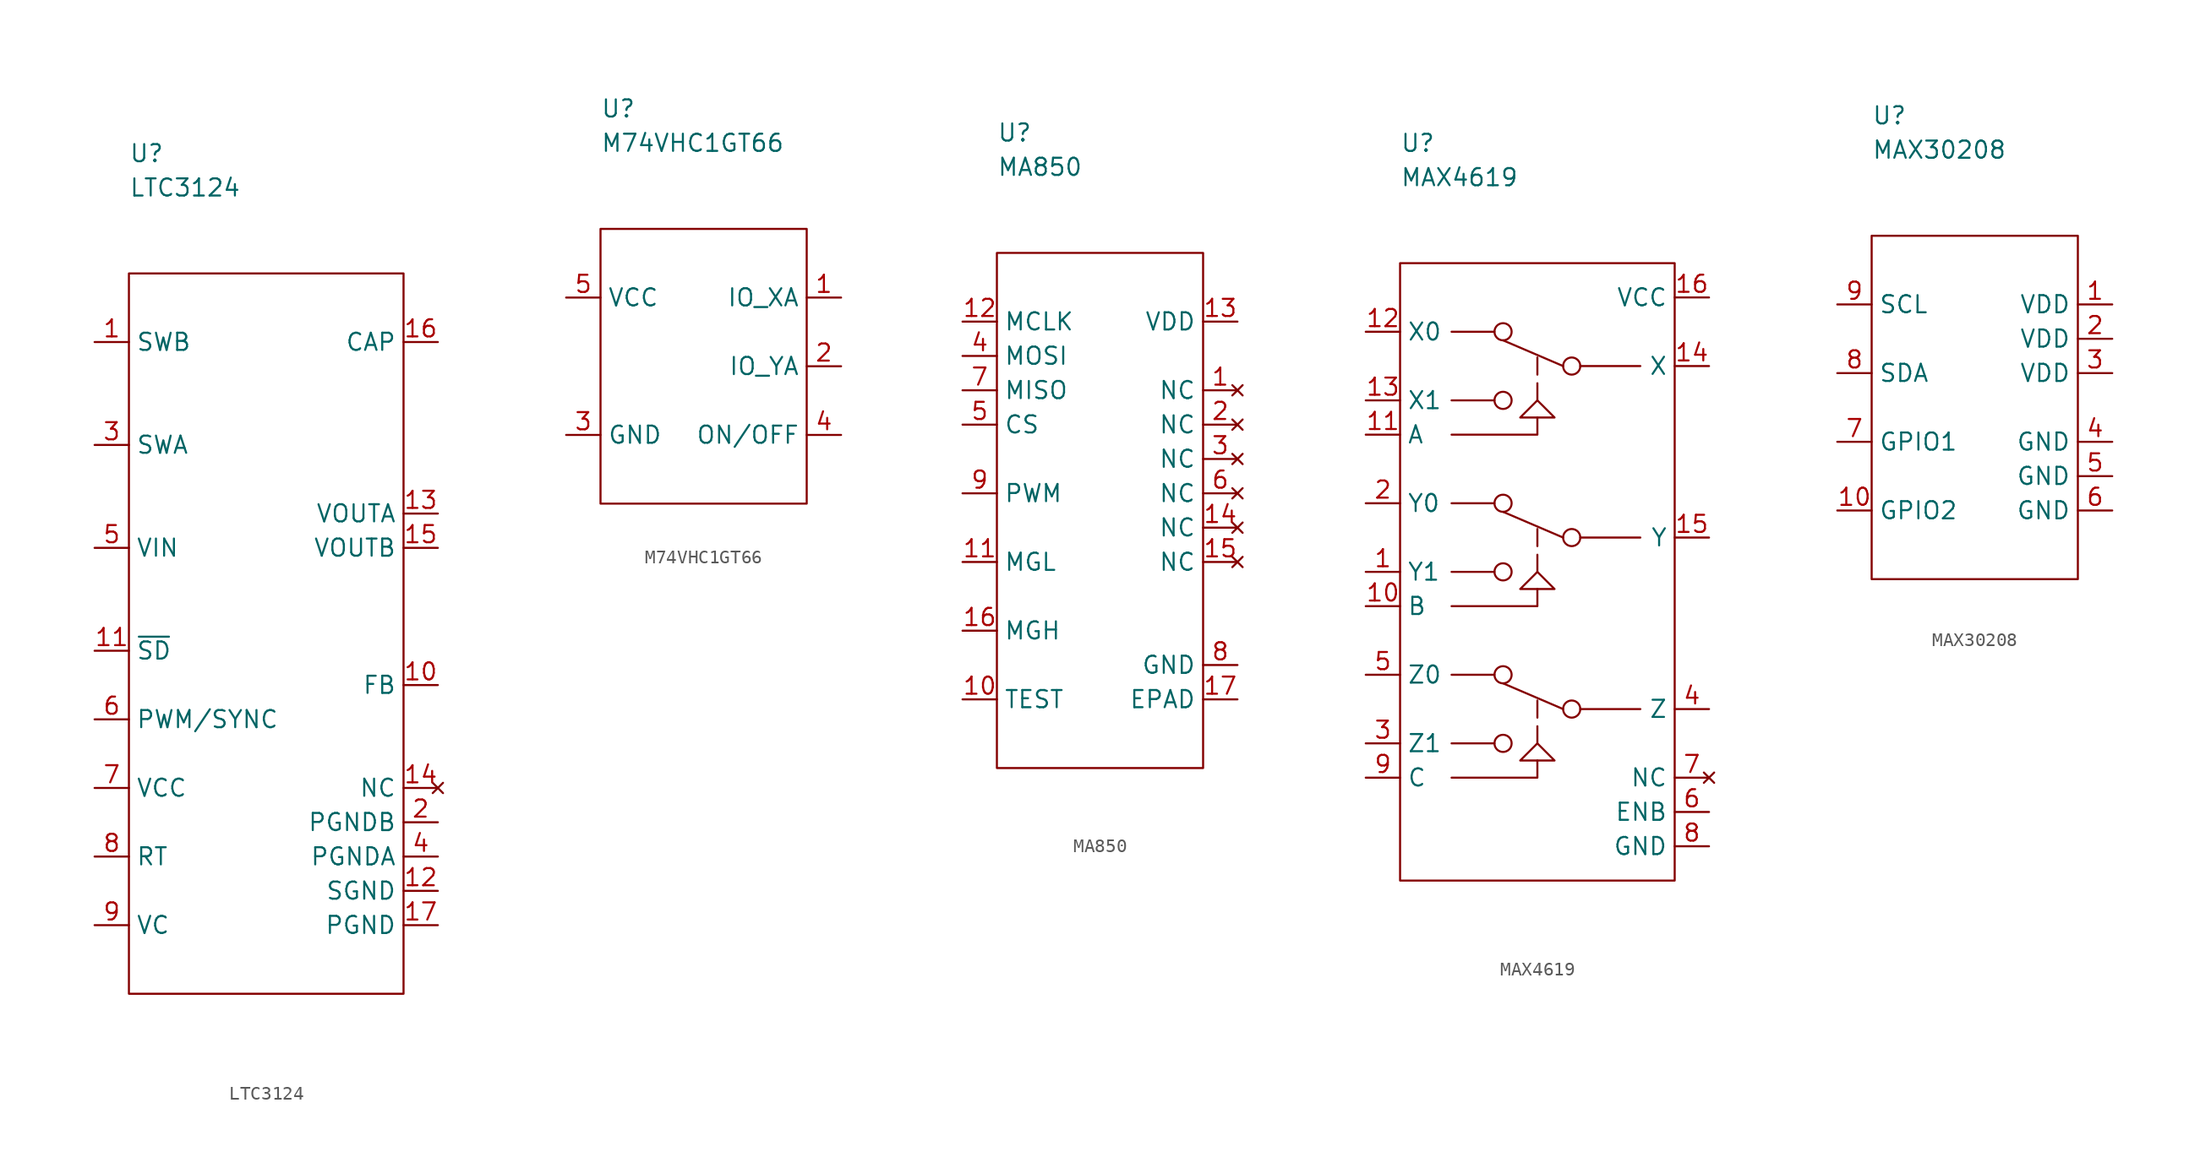
<source format=kicad_sym>
(kicad_symbol_lib
  (version 20211014)
  (generator kicad_symbol_editor)
  (symbol "LTC3124"
    (property "Reference" "U"
      (at 0 8.89 0)
      (effects (font (size 1.27 1.27)) (justify left)))
    (property "Value" "LTC3124"
      (at 0 6.35 0)
      (effects (font (size 1.27 1.27)) (justify left)))
    (symbol "LTC3124_0_1"
      (rectangle (start 0 0) (end 20.32 -53.34) (stroke (width 0.152) (type default) (color 0 0 0 0)) (fill (type none))))
    (symbol "LTC3124_1_1"
      (pin passive line (at -2.54 -5.08 0) (length 2.54) (name "SWB" (effects (font (size 1.27 1.27)))) (number "1" (effects (font (size 1.27 1.27)))))
      (pin passive line (at 22.86 -30.48 180) (length 2.54) (name "FB" (effects (font (size 1.27 1.27)))) (number "10" (effects (font (size 1.27 1.27)))))
      (pin passive line (at -2.54 -27.94 0) (length 2.54) (name "~{SD}" (effects (font (size 1.27 1.27)))) (number "11" (effects (font (size 1.27 1.27)))))
      (pin passive line (at 22.86 -45.72 180) (length 2.54) (name "SGND" (effects (font (size 1.27 1.27)))) (number "12" (effects (font (size 1.27 1.27)))))
      (pin passive line (at 22.86 -17.78 180) (length 2.54) (name "VOUTA" (effects (font (size 1.27 1.27)))) (number "13" (effects (font (size 1.27 1.27)))))
      (pin no_connect line (at 22.86 -38.1 180) (length 2.54) (name "NC" (effects (font (size 1.27 1.27)))) (number "14" (effects (font (size 1.27 1.27)))))
      (pin passive line (at 22.86 -20.32 180) (length 2.54) (name "VOUTB" (effects (font (size 1.27 1.27)))) (number "15" (effects (font (size 1.27 1.27)))))
      (pin passive line (at 22.86 -5.08 180) (length 2.54) (name "CAP" (effects (font (size 1.27 1.27)))) (number "16" (effects (font (size 1.27 1.27)))))
      (pin passive line (at 22.86 -48.26 180) (length 2.54) (name "PGND" (effects (font (size 1.27 1.27)))) (number "17" (effects (font (size 1.27 1.27)))))
      (pin passive line (at 22.86 -40.64 180) (length 2.54) (name "PGNDB" (effects (font (size 1.27 1.27)))) (number "2" (effects (font (size 1.27 1.27)))))
      (pin passive line (at -2.54 -12.7 0) (length 2.54) (name "SWA" (effects (font (size 1.27 1.27)))) (number "3" (effects (font (size 1.27 1.27)))))
      (pin passive line (at 22.86 -43.18 180) (length 2.54) (name "PGNDA" (effects (font (size 1.27 1.27)))) (number "4" (effects (font (size 1.27 1.27)))))
      (pin passive line (at -2.54 -20.32 0) (length 2.54) (name "VIN" (effects (font (size 1.27 1.27)))) (number "5" (effects (font (size 1.27 1.27)))))
      (pin passive line (at -2.54 -33.02 0) (length 2.54) (name "PWM/SYNC" (effects (font (size 1.27 1.27)))) (number "6" (effects (font (size 1.27 1.27)))))
      (pin passive line (at -2.54 -38.1 0) (length 2.54) (name "VCC" (effects (font (size 1.27 1.27)))) (number "7" (effects (font (size 1.27 1.27)))))
      (pin passive line (at -2.54 -43.18 0) (length 2.54) (name "RT" (effects (font (size 1.27 1.27)))) (number "8" (effects (font (size 1.27 1.27)))))
      (pin passive line (at -2.54 -48.26 0) (length 2.54) (name "VC" (effects (font (size 1.27 1.27)))) (number "9" (effects (font (size 1.27 1.27)))))))
  (symbol "M74VHC1GT66"
    (property "Reference" "U"
      (at 0 8.89 0)
      (effects (font (size 1.27 1.27)) (justify left)))
    (property "Value" "M74VHC1GT66"
      (at 0 6.35 0)
      (effects (font (size 1.27 1.27)) (justify left)))
    (symbol "M74VHC1GT66_0_1"
      (rectangle (start 0 0) (end 15.24 -20.32) (stroke (width 0) (type default) (color 0 0 0 0)) (fill (type none))))
    (symbol "M74VHC1GT66_1_1"
      (pin passive line (at 17.78 -5.08 180) (length 2.54) (name "IO_XA" (effects (font (size 1.27 1.27)))) (number "1" (effects (font (size 1.27 1.27)))))
      (pin passive line (at 17.78 -10.16 180) (length 2.54) (name "IO_YA" (effects (font (size 1.27 1.27)))) (number "2" (effects (font (size 1.27 1.27)))))
      (pin passive line (at -2.54 -15.24 0) (length 2.54) (name "GND" (effects (font (size 1.27 1.27)))) (number "3" (effects (font (size 1.27 1.27)))))
      (pin passive line (at 17.78 -15.24 180) (length 2.54) (name "ON/OFF" (effects (font (size 1.27 1.27)))) (number "4" (effects (font (size 1.27 1.27)))))
      (pin passive line (at -2.54 -5.08 0) (length 2.54) (name "VCC" (effects (font (size 1.27 1.27)))) (number "5" (effects (font (size 1.27 1.27)))))))
  (symbol "MA850"
    (property "Reference" "U"
      (at 0 8.89 0)
      (effects (font (size 1.27 1.27)) (justify left)))
    (property "Value" "MA850"
      (at 0 6.35 0)
      (effects (font (size 1.27 1.27)) (justify left)))
    (symbol "MA850_0_1"
      (rectangle (start 0 0) (end 15.24 -38.1) (stroke (width 0) (type default) (color 0 0 0 0)) (fill (type none))))
    (symbol "MA850_1_1"
      (pin no_connect line (at 17.78 -10.16 180) (length 2.54) (name "NC" (effects (font (size 1.27 1.27)))) (number "1" (effects (font (size 1.27 1.27)))))
      (pin passive line (at -2.54 -33.02 0) (length 2.54) (name "TEST" (effects (font (size 1.27 1.27)))) (number "10" (effects (font (size 1.27 1.27)))))
      (pin passive line (at -2.54 -22.86 0) (length 2.54) (name "MGL" (effects (font (size 1.27 1.27)))) (number "11" (effects (font (size 1.27 1.27)))))
      (pin passive line (at -2.54 -5.08 0) (length 2.54) (name "MCLK" (effects (font (size 1.27 1.27)))) (number "12" (effects (font (size 1.27 1.27)))))
      (pin passive line (at 17.78 -5.08 180) (length 2.54) (name "VDD" (effects (font (size 1.27 1.27)))) (number "13" (effects (font (size 1.27 1.27)))))
      (pin no_connect line (at 17.78 -20.32 180) (length 2.54) (name "NC" (effects (font (size 1.27 1.27)))) (number "14" (effects (font (size 1.27 1.27)))))
      (pin no_connect line (at 17.78 -22.86 180) (length 2.54) (name "NC" (effects (font (size 1.27 1.27)))) (number "15" (effects (font (size 1.27 1.27)))))
      (pin passive line (at -2.54 -27.94 0) (length 2.54) (name "MGH" (effects (font (size 1.27 1.27)))) (number "16" (effects (font (size 1.27 1.27)))))
      (pin passive line (at 17.78 -33.02 180) (length 2.54) (name "EPAD" (effects (font (size 1.27 1.27)))) (number "17" (effects (font (size 1.27 1.27)))))
      (pin no_connect line (at 17.78 -12.7 180) (length 2.54) (name "NC" (effects (font (size 1.27 1.27)))) (number "2" (effects (font (size 1.27 1.27)))))
      (pin no_connect line (at 17.78 -15.24 180) (length 2.54) (name "NC" (effects (font (size 1.27 1.27)))) (number "3" (effects (font (size 1.27 1.27)))))
      (pin passive line (at -2.54 -7.62 0) (length 2.54) (name "MOSI" (effects (font (size 1.27 1.27)))) (number "4" (effects (font (size 1.27 1.27)))))
      (pin passive line (at -2.54 -12.7 0) (length 2.54) (name "CS" (effects (font (size 1.27 1.27)))) (number "5" (effects (font (size 1.27 1.27)))))
      (pin no_connect line (at 17.78 -17.78 180) (length 2.54) (name "NC" (effects (font (size 1.27 1.27)))) (number "6" (effects (font (size 1.27 1.27)))))
      (pin passive line (at -2.54 -10.16 0) (length 2.54) (name "MISO" (effects (font (size 1.27 1.27)))) (number "7" (effects (font (size 1.27 1.27)))))
      (pin passive line (at 17.78 -30.48 180) (length 2.54) (name "GND" (effects (font (size 1.27 1.27)))) (number "8" (effects (font (size 1.27 1.27)))))
      (pin passive line (at -2.54 -17.78 0) (length 2.54) (name "PWM" (effects (font (size 1.27 1.27)))) (number "9" (effects (font (size 1.27 1.27)))))))
  (symbol "MAX4619"
    (property "Reference" "U"
      (at 0 8.89 0)
      (effects (font (size 1.27 1.27)) (justify left)))
    (property "Value" "MAX4619"
      (at 0 6.35 0)
      (effects (font (size 1.27 1.27)) (justify left)))
    (symbol "MAX4619_0_1"
      (polyline (pts (xy 3.81 -35.56) (xy 6.985 -35.56)) (stroke (width 0.152) (type default) (color 0 0 0 0)) (fill (type none)))
      (polyline (pts (xy 3.81 -30.48) (xy 6.985 -30.48)) (stroke (width 0.152) (type default) (color 0 0 0 0)) (fill (type none)))
      (polyline (pts (xy 3.81 -22.86) (xy 6.985 -22.86)) (stroke (width 0.152) (type default) (color 0 0 0 0)) (fill (type none)))
      (polyline (pts (xy 3.81 -17.78) (xy 6.985 -17.78)) (stroke (width 0.152) (type default) (color 0 0 0 0)) (fill (type none)))
      (polyline (pts (xy 3.81 -10.16) (xy 6.985 -10.16)) (stroke (width 0.152) (type default) (color 0 0 0 0)) (fill (type none)))
      (polyline (pts (xy 3.81 -5.08) (xy 6.985 -5.08)) (stroke (width 0.152) (type default) (color 0 0 0 0)) (fill (type none)))
      (polyline (pts (xy 7.62 -31.115) (xy 12.065 -33.02)) (stroke (width 0.152) (type default) (color 0 0 0 0)) (fill (type none)))
      (polyline (pts (xy 7.62 -18.415) (xy 12.065 -20.32)) (stroke (width 0.152) (type default) (color 0 0 0 0)) (fill (type none)))
      (polyline (pts (xy 7.62 -5.715) (xy 12.065 -7.62)) (stroke (width 0.152) (type default) (color 0 0 0 0)) (fill (type none)))
      (polyline (pts (xy 10.16 -34.29) (xy 10.16 -35.56)) (stroke (width 0.152) (type default) (color 0 0 0 0)) (fill (type none)))
      (polyline (pts (xy 10.16 -32.385) (xy 10.16 -33.655)) (stroke (width 0.152) (type default) (color 0 0 0 0)) (fill (type none)))
      (polyline (pts (xy 10.16 -21.59) (xy 10.16 -22.86)) (stroke (width 0.152) (type default) (color 0 0 0 0)) (fill (type none)))
      (polyline (pts (xy 10.16 -19.685) (xy 10.16 -20.955)) (stroke (width 0.152) (type default) (color 0 0 0 0)) (fill (type none)))
      (polyline (pts (xy 10.16 -8.89) (xy 10.16 -10.16)) (stroke (width 0.152) (type default) (color 0 0 0 0)) (fill (type none)))
      (polyline (pts (xy 10.16 -6.985) (xy 10.16 -8.255)) (stroke (width 0.152) (type default) (color 0 0 0 0)) (fill (type none)))
      (polyline (pts (xy 13.335 -33.02) (xy 17.78 -33.02)) (stroke (width 0.152) (type default) (color 0 0 0 0)) (fill (type none)))
      (polyline (pts (xy 13.335 -20.32) (xy 17.78 -20.32)) (stroke (width 0.152) (type default) (color 0 0 0 0)) (fill (type none)))
      (polyline (pts (xy 13.335 -7.62) (xy 17.78 -7.62)) (stroke (width 0.152) (type default) (color 0 0 0 0)) (fill (type none)))
      (polyline (pts (xy 10.16 -36.83) (xy 10.16 -38.1) (xy 3.81 -38.1)) (stroke (width 0.152) (type default) (color 0 0 0 0)) (fill (type none)))
      (polyline (pts (xy 10.16 -24.13) (xy 10.16 -25.4) (xy 3.81 -25.4)) (stroke (width 0.152) (type default) (color 0 0 0 0)) (fill (type none)))
      (polyline (pts (xy 10.16 -11.43) (xy 10.16 -12.7) (xy 3.81 -12.7)) (stroke (width 0.152) (type default) (color 0 0 0 0)) (fill (type none)))
      (polyline (pts (xy 8.89 -36.83) (xy 10.16 -35.56) (xy 11.43 -36.83) (xy 8.89 -36.83)) (stroke (width 0.152) (type default) (color 0 0 0 0)) (fill (type none)))
      (polyline (pts (xy 8.89 -24.13) (xy 10.16 -22.86) (xy 11.43 -24.13) (xy 8.89 -24.13)) (stroke (width 0.152) (type default) (color 0 0 0 0)) (fill (type none)))
      (polyline (pts (xy 8.89 -11.43) (xy 10.16 -10.16) (xy 11.43 -11.43) (xy 8.89 -11.43)) (stroke (width 0.152) (type default) (color 0 0 0 0)) (fill (type none)))
      (rectangle (start 0 0) (end 20.32 -45.72) (stroke (width 0.152) (type default) (color 0 0 0 0)) (fill (type none)))
      (circle (center 7.62 -35.56) (radius 0.635) (stroke (width 0.152) (type default) (color 0 0 0 0)) (fill (type none)))
      (circle (center 7.62 -30.48) (radius 0.635) (stroke (width 0.152) (type default) (color 0 0 0 0)) (fill (type none)))
      (circle (center 7.62 -22.86) (radius 0.635) (stroke (width 0.152) (type default) (color 0 0 0 0)) (fill (type none)))
      (circle (center 7.62 -17.78) (radius 0.635) (stroke (width 0.152) (type default) (color 0 0 0 0)) (fill (type none)))
      (circle (center 7.62 -10.16) (radius 0.635) (stroke (width 0.152) (type default) (color 0 0 0 0)) (fill (type none)))
      (circle (center 7.62 -5.08) (radius 0.635) (stroke (width 0.152) (type default) (color 0 0 0 0)) (fill (type none)))
      (circle (center 12.7 -33.02) (radius 0.635) (stroke (width 0.152) (type default) (color 0 0 0 0)) (fill (type none)))
      (circle (center 12.7 -20.32) (radius 0.635) (stroke (width 0.152) (type default) (color 0 0 0 0)) (fill (type none)))
      (circle (center 12.7 -7.62) (radius 0.635) (stroke (width 0.152) (type default) (color 0 0 0 0)) (fill (type none))))
    (symbol "MAX4619_1_1"
      (pin passive line (at -2.54 -22.86 0) (length 2.54) (name "Y1" (effects (font (size 1.27 1.27)))) (number "1" (effects (font (size 1.27 1.27)))))
      (pin passive line (at -2.54 -25.4 0) (length 2.54) (name "B" (effects (font (size 1.27 1.27)))) (number "10" (effects (font (size 1.27 1.27)))))
      (pin passive line (at -2.54 -12.7 0) (length 2.54) (name "A" (effects (font (size 1.27 1.27)))) (number "11" (effects (font (size 1.27 1.27)))))
      (pin passive line (at -2.54 -5.08 0) (length 2.54) (name "X0" (effects (font (size 1.27 1.27)))) (number "12" (effects (font (size 1.27 1.27)))))
      (pin passive line (at -2.54 -10.16 0) (length 2.54) (name "X1" (effects (font (size 1.27 1.27)))) (number "13" (effects (font (size 1.27 1.27)))))
      (pin passive line (at 22.86 -7.62 180) (length 2.54) (name "X" (effects (font (size 1.27 1.27)))) (number "14" (effects (font (size 1.27 1.27)))))
      (pin passive line (at 22.86 -20.32 180) (length 2.54) (name "Y" (effects (font (size 1.27 1.27)))) (number "15" (effects (font (size 1.27 1.27)))))
      (pin passive line (at 22.86 -2.54 180) (length 2.54) (name "VCC" (effects (font (size 1.27 1.27)))) (number "16" (effects (font (size 1.27 1.27)))))
      (pin passive line (at -2.54 -17.78 0) (length 2.54) (name "Y0" (effects (font (size 1.27 1.27)))) (number "2" (effects (font (size 1.27 1.27)))))
      (pin passive line (at -2.54 -35.56 0) (length 2.54) (name "Z1" (effects (font (size 1.27 1.27)))) (number "3" (effects (font (size 1.27 1.27)))))
      (pin passive line (at 22.86 -33.02 180) (length 2.54) (name "Z" (effects (font (size 1.27 1.27)))) (number "4" (effects (font (size 1.27 1.27)))))
      (pin passive line (at -2.54 -30.48 0) (length 2.54) (name "Z0" (effects (font (size 1.27 1.27)))) (number "5" (effects (font (size 1.27 1.27)))))
      (pin passive line (at 22.86 -40.64 180) (length 2.54) (name "ENB" (effects (font (size 1.27 1.27)))) (number "6" (effects (font (size 1.27 1.27)))))
      (pin no_connect line (at 22.86 -38.1 180) (length 2.54) (name "NC" (effects (font (size 1.27 1.27)))) (number "7" (effects (font (size 1.27 1.27)))))
      (pin passive line (at 22.86 -43.18 180) (length 2.54) (name "GND" (effects (font (size 1.27 1.27)))) (number "8" (effects (font (size 1.27 1.27)))))
      (pin passive line (at -2.54 -38.1 0) (length 2.54) (name "C" (effects (font (size 1.27 1.27)))) (number "9" (effects (font (size 1.27 1.27)))))))
  (symbol "MAX30208"
    (property "Reference" "U"
      (at 0 8.89 0)
      (effects (font (size 1.27 1.27)) (justify left)))
    (property "Value" "MAX30208"
      (at 0 6.35 0)
      (effects (font (size 1.27 1.27)) (justify left)))
    (symbol "MAX30208_0_1"
      (rectangle (start 0 0) (end 15.24 -25.4) (stroke (width 0) (type default) (color 0 0 0 0)) (fill (type none))))
    (symbol "MAX30208_1_1"
      (pin passive line (at 17.78 -5.08 180) (length 2.54) (name "VDD" (effects (font (size 1.27 1.27)))) (number "1" (effects (font (size 1.27 1.27)))))
      (pin passive line (at -2.54 -20.32 0) (length 2.54) (name "GPIO2" (effects (font (size 1.27 1.27)))) (number "10" (effects (font (size 1.27 1.27)))))
      (pin passive line (at 17.78 -7.62 180) (length 2.54) (name "VDD" (effects (font (size 1.27 1.27)))) (number "2" (effects (font (size 1.27 1.27)))))
      (pin passive line (at 17.78 -10.16 180) (length 2.54) (name "VDD" (effects (font (size 1.27 1.27)))) (number "3" (effects (font (size 1.27 1.27)))))
      (pin passive line (at 17.78 -15.24 180) (length 2.54) (name "GND" (effects (font (size 1.27 1.27)))) (number "4" (effects (font (size 1.27 1.27)))))
      (pin passive line (at 17.78 -17.78 180) (length 2.54) (name "GND" (effects (font (size 1.27 1.27)))) (number "5" (effects (font (size 1.27 1.27)))))
      (pin passive line (at 17.78 -20.32 180) (length 2.54) (name "GND" (effects (font (size 1.27 1.27)))) (number "6" (effects (font (size 1.27 1.27)))))
      (pin passive line (at -2.54 -15.24 0) (length 2.54) (name "GPIO1" (effects (font (size 1.27 1.27)))) (number "7" (effects (font (size 1.27 1.27)))))
      (pin passive line (at -2.54 -10.16 0) (length 2.54) (name "SDA" (effects (font (size 1.27 1.27)))) (number "8" (effects (font (size 1.27 1.27)))))
      (pin passive line (at -2.54 -5.08 0) (length 2.54) (name "SCL" (effects (font (size 1.27 1.27)))) (number "9" (effects (font (size 1.27 1.27))))))))
</source>
